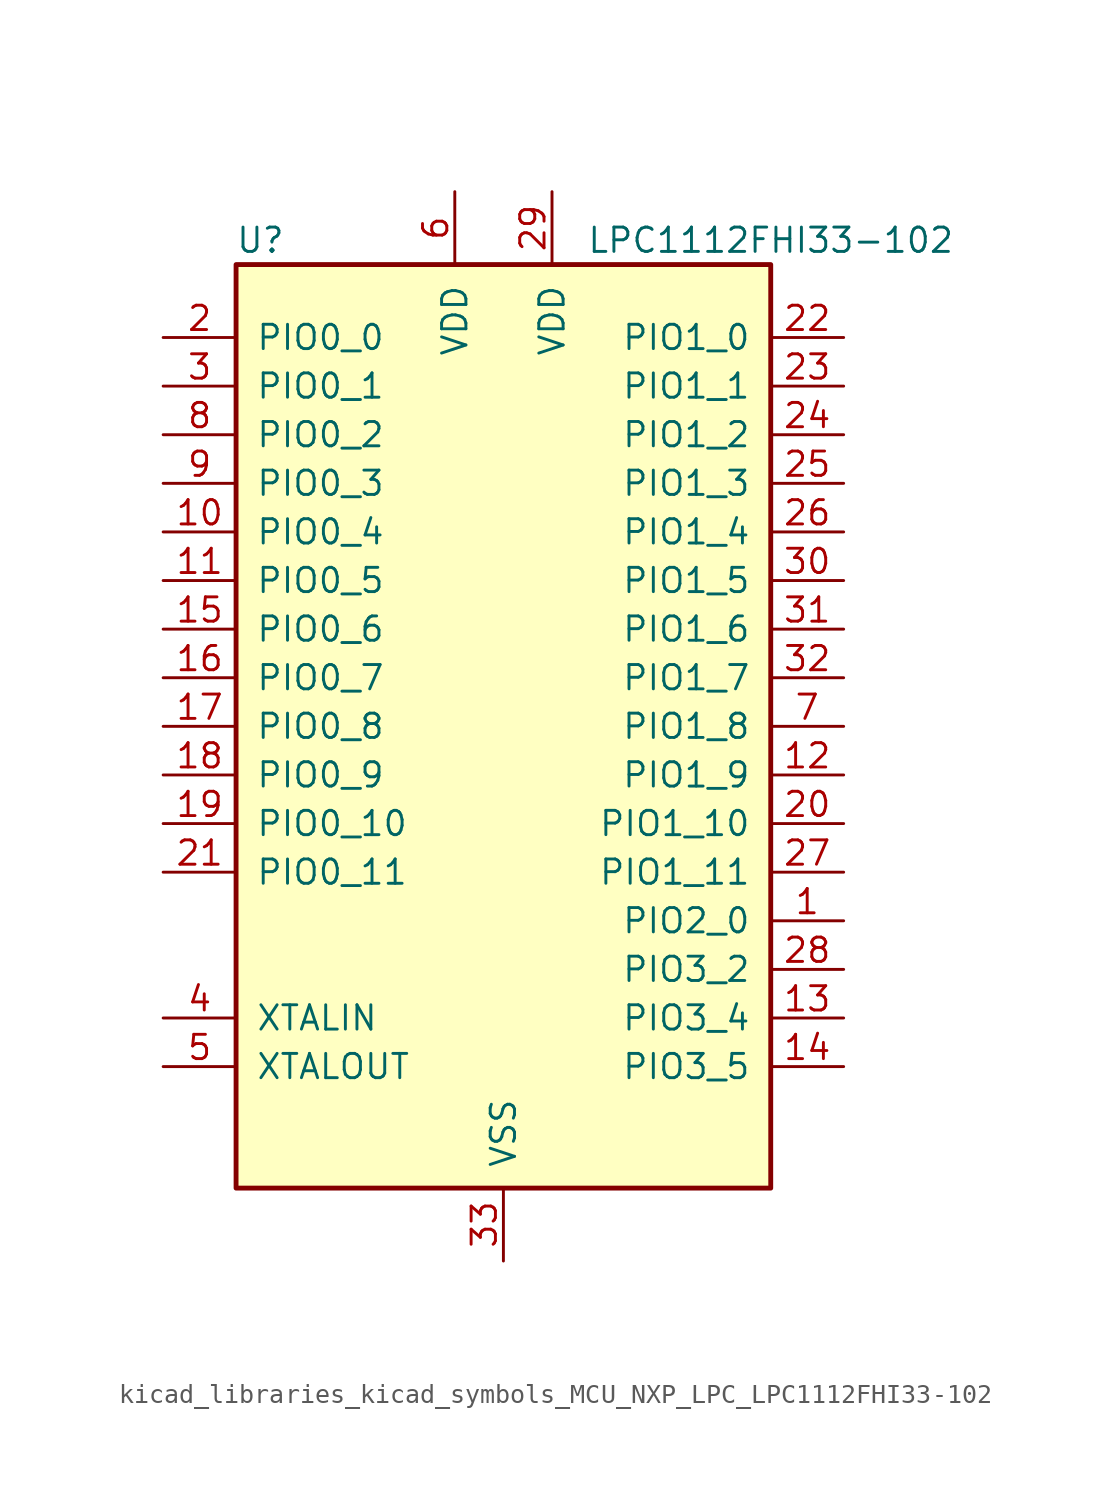
<source format=kicad_sym>
(kicad_symbol_lib
  (version 20220914)
  (generator kicad_symbol_editor)
  (symbol "kicad_libraries_kicad_symbols_MCU_NXP_LPC_LPC1112FHI33-102"
    (pin_names
      (offset 1.016))
    (property "Reference" "U"
      (at -12.7 25.4 0)
      (effects (font (size 1.27 1.27))))
    (property "Value" "LPC1112FHI33-102"
      (at 13.97 25.4 0)
      (effects (font (size 1.27 1.27))))
    (symbol "kicad_libraries_kicad_symbols_MCU_NXP_LPC_LPC1112FHI33-102_0_1"
      (rectangle (start -13.97 24.13) (end 13.97 -24.13) (stroke (width 0.254) (type default)) (fill (type background))))
    (symbol "kicad_libraries_kicad_symbols_MCU_NXP_LPC_LPC1112FHI33-102_1_1"
      (pin bidirectional line (at 17.78 -10.16 180) (length 3.81) (name "PIO2_0" (effects (font (size 1.27 1.27)))) (number "1" (effects (font (size 1.27 1.27)))))
      (pin bidirectional line (at -17.78 10.16 0) (length 3.81) (name "PIO0_4" (effects (font (size 1.27 1.27)))) (number "10" (effects (font (size 1.27 1.27)))))
      (pin bidirectional line (at -17.78 7.62 0) (length 3.81) (name "PIO0_5" (effects (font (size 1.27 1.27)))) (number "11" (effects (font (size 1.27 1.27)))))
      (pin bidirectional line (at 17.78 -2.54 180) (length 3.81) (name "PIO1_9" (effects (font (size 1.27 1.27)))) (number "12" (effects (font (size 1.27 1.27)))))
      (pin bidirectional line (at 17.78 -15.24 180) (length 3.81) (name "PIO3_4" (effects (font (size 1.27 1.27)))) (number "13" (effects (font (size 1.27 1.27)))))
      (pin bidirectional line (at 17.78 -17.78 180) (length 3.81) (name "PIO3_5" (effects (font (size 1.27 1.27)))) (number "14" (effects (font (size 1.27 1.27)))))
      (pin bidirectional line (at -17.78 5.08 0) (length 3.81) (name "PIO0_6" (effects (font (size 1.27 1.27)))) (number "15" (effects (font (size 1.27 1.27)))))
      (pin bidirectional line (at -17.78 2.54 0) (length 3.81) (name "PIO0_7" (effects (font (size 1.27 1.27)))) (number "16" (effects (font (size 1.27 1.27)))))
      (pin bidirectional line (at -17.78 0 0) (length 3.81) (name "PIO0_8" (effects (font (size 1.27 1.27)))) (number "17" (effects (font (size 1.27 1.27)))))
      (pin bidirectional line (at -17.78 -2.54 0) (length 3.81) (name "PIO0_9" (effects (font (size 1.27 1.27)))) (number "18" (effects (font (size 1.27 1.27)))))
      (pin bidirectional line (at -17.78 -5.08 0) (length 3.81) (name "PIO0_10" (effects (font (size 1.27 1.27)))) (number "19" (effects (font (size 1.27 1.27)))))
      (pin bidirectional line (at -17.78 20.32 0) (length 3.81) (name "PIO0_0" (effects (font (size 1.27 1.27)))) (number "2" (effects (font (size 1.27 1.27)))))
      (pin bidirectional line (at 17.78 -5.08 180) (length 3.81) (name "PIO1_10" (effects (font (size 1.27 1.27)))) (number "20" (effects (font (size 1.27 1.27)))))
      (pin bidirectional line (at -17.78 -7.62 0) (length 3.81) (name "PIO0_11" (effects (font (size 1.27 1.27)))) (number "21" (effects (font (size 1.27 1.27)))))
      (pin bidirectional line (at 17.78 20.32 180) (length 3.81) (name "PIO1_0" (effects (font (size 1.27 1.27)))) (number "22" (effects (font (size 1.27 1.27)))))
      (pin bidirectional line (at 17.78 17.78 180) (length 3.81) (name "PIO1_1" (effects (font (size 1.27 1.27)))) (number "23" (effects (font (size 1.27 1.27)))))
      (pin bidirectional line (at 17.78 15.24 180) (length 3.81) (name "PIO1_2" (effects (font (size 1.27 1.27)))) (number "24" (effects (font (size 1.27 1.27)))))
      (pin bidirectional line (at 17.78 12.7 180) (length 3.81) (name "PIO1_3" (effects (font (size 1.27 1.27)))) (number "25" (effects (font (size 1.27 1.27)))))
      (pin bidirectional line (at 17.78 10.16 180) (length 3.81) (name "PIO1_4" (effects (font (size 1.27 1.27)))) (number "26" (effects (font (size 1.27 1.27)))))
      (pin bidirectional line (at 17.78 -7.62 180) (length 3.81) (name "PIO1_11" (effects (font (size 1.27 1.27)))) (number "27" (effects (font (size 1.27 1.27)))))
      (pin bidirectional line (at 17.78 -12.7 180) (length 3.81) (name "PIO3_2" (effects (font (size 1.27 1.27)))) (number "28" (effects (font (size 1.27 1.27)))))
      (pin power_in line (at 2.54 27.94 270) (length 3.81) (name "VDD" (effects (font (size 1.27 1.27)))) (number "29" (effects (font (size 1.27 1.27)))))
      (pin bidirectional line (at -17.78 17.78 0) (length 3.81) (name "PIO0_1" (effects (font (size 1.27 1.27)))) (number "3" (effects (font (size 1.27 1.27)))))
      (pin bidirectional line (at 17.78 7.62 180) (length 3.81) (name "PIO1_5" (effects (font (size 1.27 1.27)))) (number "30" (effects (font (size 1.27 1.27)))))
      (pin bidirectional line (at 17.78 5.08 180) (length 3.81) (name "PIO1_6" (effects (font (size 1.27 1.27)))) (number "31" (effects (font (size 1.27 1.27)))))
      (pin bidirectional line (at 17.78 2.54 180) (length 3.81) (name "PIO1_7" (effects (font (size 1.27 1.27)))) (number "32" (effects (font (size 1.27 1.27)))))
      (pin power_in line (at 0 -27.94 90) (length 3.81) (name "VSS" (effects (font (size 1.27 1.27)))) (number "33" (effects (font (size 1.27 1.27)))))
      (pin input line (at -17.78 -15.24 0) (length 3.81) (name "XTALIN" (effects (font (size 1.27 1.27)))) (number "4" (effects (font (size 1.27 1.27)))))
      (pin output line (at -17.78 -17.78 0) (length 3.81) (name "XTALOUT" (effects (font (size 1.27 1.27)))) (number "5" (effects (font (size 1.27 1.27)))))
      (pin power_in line (at -2.54 27.94 270) (length 3.81) (name "VDD" (effects (font (size 1.27 1.27)))) (number "6" (effects (font (size 1.27 1.27)))))
      (pin bidirectional line (at 17.78 0 180) (length 3.81) (name "PIO1_8" (effects (font (size 1.27 1.27)))) (number "7" (effects (font (size 1.27 1.27)))))
      (pin bidirectional line (at -17.78 15.24 0) (length 3.81) (name "PIO0_2" (effects (font (size 1.27 1.27)))) (number "8" (effects (font (size 1.27 1.27)))))
      (pin bidirectional line (at -17.78 12.7 0) (length 3.81) (name "PIO0_3" (effects (font (size 1.27 1.27)))) (number "9" (effects (font (size 1.27 1.27))))))))
</source>
